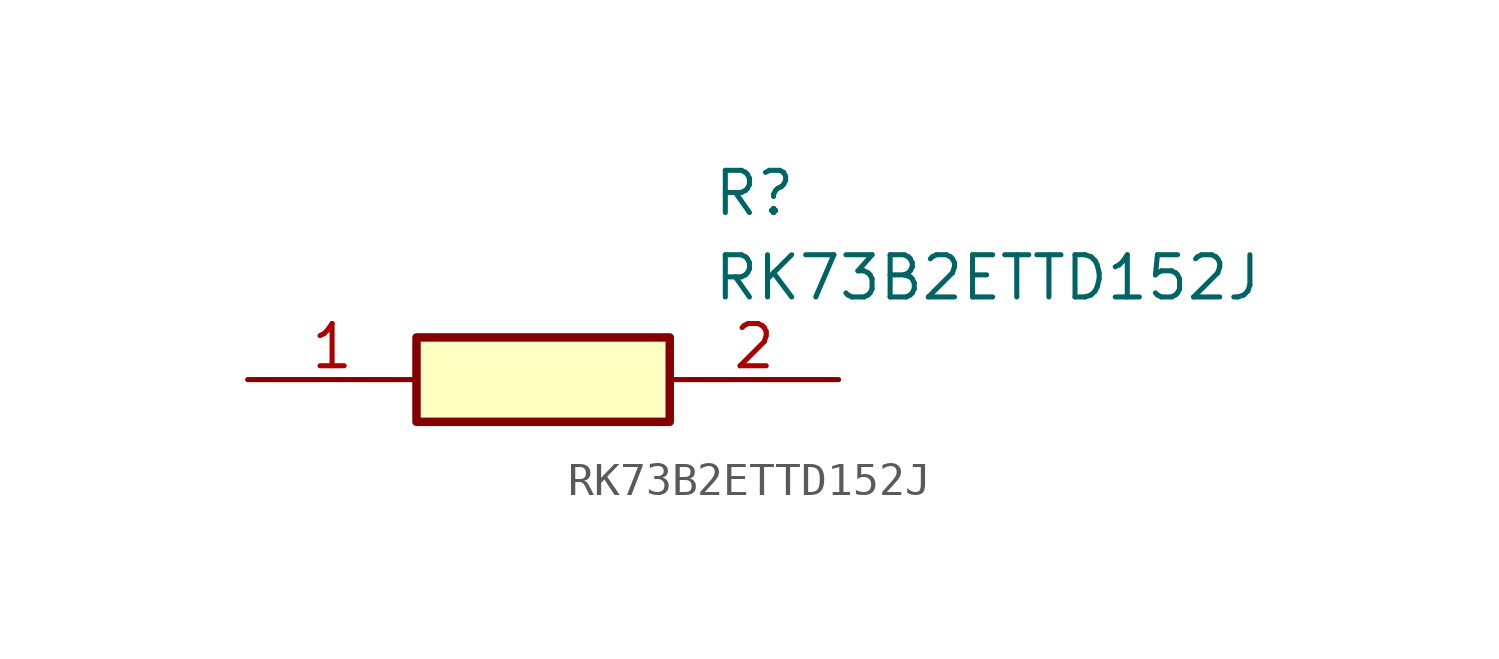
<source format=kicad_sym>
(kicad_symbol_lib
  (version 20211014)
  (generator SamacSys_ECAD_Model)
  (symbol "RK73B2ETTD152J"
    (pin_names hide)
    (property "Reference" "R"
      (at 13.97 6.35 0)
      (effects (font (size 1.27 1.27)) (justify left top)))
    (property "Value" "RK73B2ETTD152J"
      (at 13.97 3.81 0)
      (effects (font (size 1.27 1.27)) (justify left top)))
    (rectangle
      (start 5.08 1.27)
      (end 12.7 -1.27)
      (stroke (width 0.254) (type default))
      (fill (type background)))
    (pin passive line
      (at 0 0 0)
      (length 5.08)
      (name "1" (effects (font (size 1.27 1.27))))
      (number "1" (effects (font (size 1.27 1.27)))))
    (pin passive line
      (at 17.78 0 180)
      (length 5.08)
      (name "2" (effects (font (size 1.27 1.27))))
      (number "2" (effects (font (size 1.27 1.27)))))))
</source>
